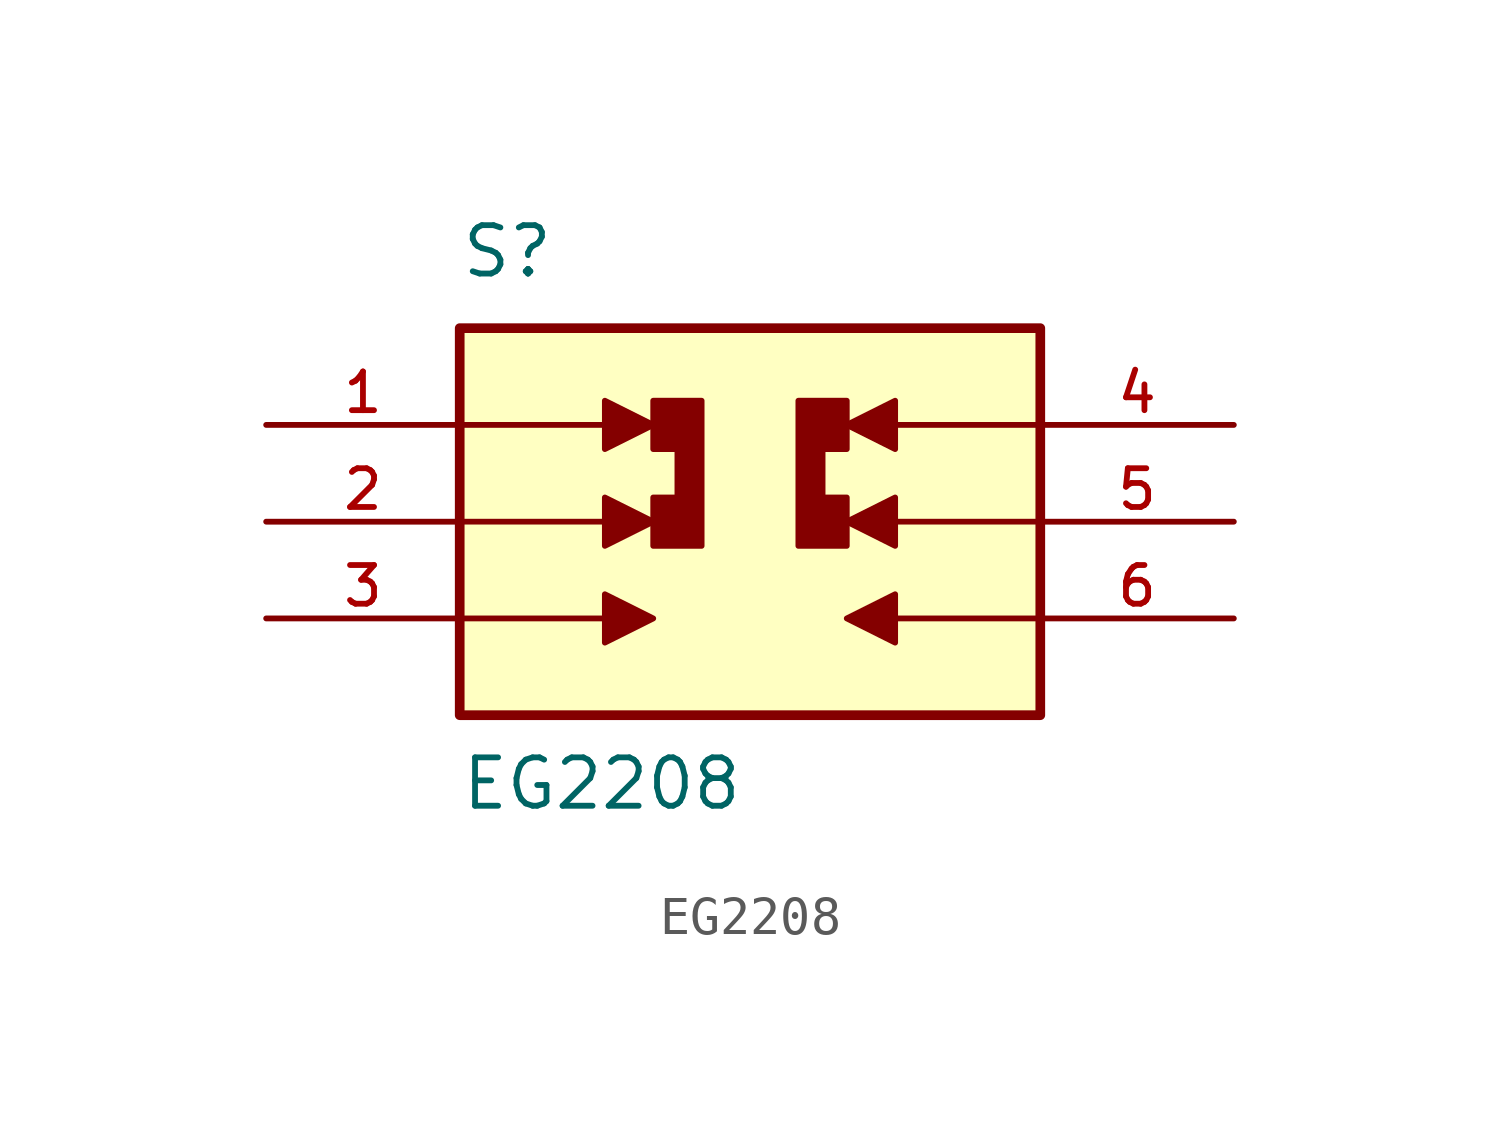
<source format=kicad_sym>
(kicad_symbol_lib
  (version 20211014)
  (generator kicad_symbol_editor)
  (symbol "EG2208"
    (pin_names
      (offset 1.016))
    (property "Reference" "S"
      (at -7.62 6.35 0)
      (effects (font (size 1.27 1.27)) (justify bottom left)))
    (property "Value" "EG2208"
      (at -7.62 -7.62 0)
      (effects (font (size 1.27 1.27)) (justify bottom left)))
    (symbol "EG2208_0_0"
      (polyline (pts (xy -7.62 2.54) (xy -3.81 2.54)) (stroke (width 0.152)))
      (polyline (pts (xy -3.81 3.175) (xy -3.81 1.905) (xy -2.54 2.54) (xy -3.81 3.175)) (stroke (width 0.152)) (fill (type outline)))
      (polyline (pts (xy -7.62 0.0) (xy -3.81 0.0)) (stroke (width 0.152)))
      (polyline (pts (xy -3.81 0.635) (xy -3.81 -0.635) (xy -2.54 0.0) (xy -3.81 0.635)) (stroke (width 0.152)) (fill (type outline)))
      (polyline (pts (xy -7.62 -2.54) (xy -3.81 -2.54)) (stroke (width 0.152)))
      (polyline (pts (xy -3.81 -1.905) (xy -3.81 -3.175) (xy -2.54 -2.54) (xy -3.81 -1.905)) (stroke (width 0.152)) (fill (type outline)))
      (polyline (pts (xy 7.62 2.54) (xy 3.81 2.54)) (stroke (width 0.152)))
      (polyline (pts (xy 3.81 1.905) (xy 3.81 3.175) (xy 2.54 2.54) (xy 3.81 1.905)) (stroke (width 0.152)) (fill (type outline)))
      (polyline (pts (xy 7.62 0.0) (xy 3.81 0.0)) (stroke (width 0.152)))
      (polyline (pts (xy 3.81 -0.635) (xy 3.81 0.635) (xy 2.54 0.0) (xy 3.81 -0.635)) (stroke (width 0.152)) (fill (type outline)))
      (polyline (pts (xy 7.62 -2.54) (xy 3.81 -2.54)) (stroke (width 0.152)))
      (polyline (pts (xy 3.81 -3.175) (xy 3.81 -1.905) (xy 2.54 -2.54) (xy 3.81 -3.175)) (stroke (width 0.152)) (fill (type outline)))
      (polyline (pts (xy -2.54 1.905) (xy -2.54 3.175) (xy -1.27 3.175) (xy -1.27 -0.635) (xy -2.54 -0.635) (xy -2.54 0.635) (xy -1.905 0.635) (xy -1.905 1.905) (xy -2.54 1.905)) (stroke (width 0.152)) (fill (type outline)))
      (polyline (pts (xy 2.54 0.635) (xy 2.54 -0.635) (xy 1.27 -0.635) (xy 1.27 3.175) (xy 2.54 3.175) (xy 2.54 1.905) (xy 1.905 1.905) (xy 1.905 0.635) (xy 2.54 0.635)) (stroke (width 0.152)) (fill (type outline)))
      (rectangle (start -7.62 -5.08) (end 7.62 5.08) (stroke (width 0.254)) (fill (type background)))
      (pin passive line (at -12.7 2.54 0) (length 5.08) (name "~" (effects (font (size 1.016 1.016)))) (number "1" (effects (font (size 1.016 1.016)))))
      (pin passive line (at -12.7 0.0 0) (length 5.08) (name "~" (effects (font (size 1.016 1.016)))) (number "2" (effects (font (size 1.016 1.016)))))
      (pin passive line (at -12.7 -2.54 0) (length 5.08) (name "~" (effects (font (size 1.016 1.016)))) (number "3" (effects (font (size 1.016 1.016)))))
      (pin passive line (at 12.7 2.54 180.0) (length 5.08) (name "~" (effects (font (size 1.016 1.016)))) (number "4" (effects (font (size 1.016 1.016)))))
      (pin passive line (at 12.7 0.0 180.0) (length 5.08) (name "~" (effects (font (size 1.016 1.016)))) (number "5" (effects (font (size 1.016 1.016)))))
      (pin passive line (at 12.7 -2.54 180.0) (length 5.08) (name "~" (effects (font (size 1.016 1.016)))) (number "6" (effects (font (size 1.016 1.016))))))))
</source>
